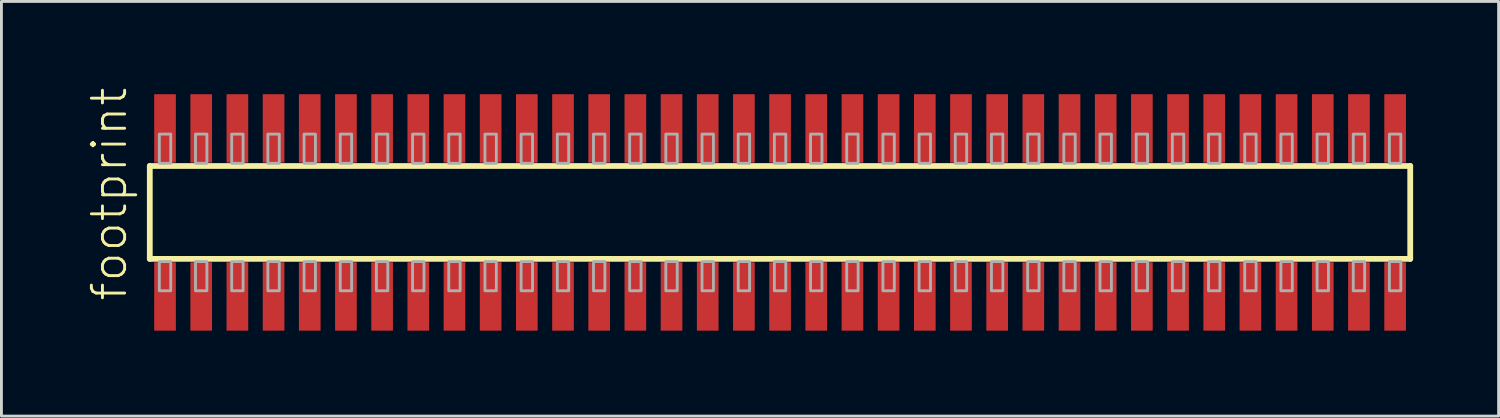
<source format=kicad_pcb>
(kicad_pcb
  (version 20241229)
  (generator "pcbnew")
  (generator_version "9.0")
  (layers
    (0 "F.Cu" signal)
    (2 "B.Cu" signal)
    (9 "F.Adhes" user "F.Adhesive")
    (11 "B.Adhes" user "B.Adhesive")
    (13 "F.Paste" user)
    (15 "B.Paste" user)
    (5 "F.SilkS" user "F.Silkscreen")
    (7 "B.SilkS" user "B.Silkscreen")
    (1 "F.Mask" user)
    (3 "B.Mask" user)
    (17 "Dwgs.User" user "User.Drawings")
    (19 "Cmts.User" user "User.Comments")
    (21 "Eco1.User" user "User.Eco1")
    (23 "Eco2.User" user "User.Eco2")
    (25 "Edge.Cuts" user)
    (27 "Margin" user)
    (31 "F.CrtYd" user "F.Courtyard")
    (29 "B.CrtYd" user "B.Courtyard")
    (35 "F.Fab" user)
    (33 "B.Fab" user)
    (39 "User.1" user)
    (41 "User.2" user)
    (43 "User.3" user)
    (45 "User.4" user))
  (footprint "footprint"
    (layer "F.Cu")
    (at 24.333 4.407)
    (property "Reference" "footprint" (at -22.86 3.175 90) (layer "F.SilkS") (effects (font (size 1.168 1.168) (thickness 0.102)) (justify left bottom)))
    (fp_line (start -22.125 -1.63) (end 22.12 -1.63) (stroke (width 0.203) (type solid)) (layer "F.SilkS"))
    (fp_line (start -22.125 1.63) (end -22.125 -1.63) (stroke (width 0.203) (type solid)) (layer "F.SilkS"))
    (fp_line (start 22.12 -1.63) (end 22.12 1.63) (stroke (width 0.203) (type solid)) (layer "F.SilkS"))
    (fp_line (start 22.12 1.63) (end -22.125 1.63) (stroke (width 0.203) (type solid)) (layer "F.SilkS"))
    (fp_poly (pts (xy -21.79 -1.725) (xy -21.39 -1.725) (xy -21.39 -2.75) (xy -21.79 -2.75)) (stroke (width 0.1) (type solid)) (fill no) (layer "F.Fab"))
    (fp_poly (pts (xy -21.39 1.725) (xy -21.79 1.725) (xy -21.79 2.75) (xy -21.39 2.75)) (stroke (width 0.1) (type solid)) (fill no) (layer "F.Fab"))
    (fp_poly (pts (xy -20.52 -1.725) (xy -20.12 -1.725) (xy -20.12 -2.75) (xy -20.52 -2.75)) (stroke (width 0.1) (type solid)) (fill no) (layer "F.Fab"))
    (fp_poly (pts (xy -20.12 1.725) (xy -20.52 1.725) (xy -20.52 2.75) (xy -20.12 2.75)) (stroke (width 0.1) (type solid)) (fill no) (layer "F.Fab"))
    (fp_poly (pts (xy -19.25 -1.725) (xy -18.85 -1.725) (xy -18.85 -2.75) (xy -19.25 -2.75)) (stroke (width 0.1) (type solid)) (fill no) (layer "F.Fab"))
    (fp_poly (pts (xy -18.85 1.725) (xy -19.25 1.725) (xy -19.25 2.75) (xy -18.85 2.75)) (stroke (width 0.1) (type solid)) (fill no) (layer "F.Fab"))
    (fp_poly (pts (xy -17.98 -1.725) (xy -17.58 -1.725) (xy -17.58 -2.75) (xy -17.98 -2.75)) (stroke (width 0.1) (type solid)) (fill no) (layer "F.Fab"))
    (fp_poly (pts (xy -17.58 1.725) (xy -17.98 1.725) (xy -17.98 2.75) (xy -17.58 2.75)) (stroke (width 0.1) (type solid)) (fill no) (layer "F.Fab"))
    (fp_poly (pts (xy -16.71 -1.725) (xy -16.31 -1.725) (xy -16.31 -2.75) (xy -16.71 -2.75)) (stroke (width 0.1) (type solid)) (fill no) (layer "F.Fab"))
    (fp_poly (pts (xy -16.31 1.725) (xy -16.71 1.725) (xy -16.71 2.75) (xy -16.31 2.75)) (stroke (width 0.1) (type solid)) (fill no) (layer "F.Fab"))
    (fp_poly (pts (xy -15.44 -1.725) (xy -15.04 -1.725) (xy -15.04 -2.75) (xy -15.44 -2.75)) (stroke (width 0.1) (type solid)) (fill no) (layer "F.Fab"))
    (fp_poly (pts (xy -15.04 1.725) (xy -15.44 1.725) (xy -15.44 2.75) (xy -15.04 2.75)) (stroke (width 0.1) (type solid)) (fill no) (layer "F.Fab"))
    (fp_poly (pts (xy -14.17 -1.725) (xy -13.77 -1.725) (xy -13.77 -2.75) (xy -14.17 -2.75)) (stroke (width 0.1) (type solid)) (fill no) (layer "F.Fab"))
    (fp_poly (pts (xy -13.77 1.725) (xy -14.17 1.725) (xy -14.17 2.75) (xy -13.77 2.75)) (stroke (width 0.1) (type solid)) (fill no) (layer "F.Fab"))
    (fp_poly (pts (xy -12.9 -1.725) (xy -12.5 -1.725) (xy -12.5 -2.75) (xy -12.9 -2.75)) (stroke (width 0.1) (type solid)) (fill no) (layer "F.Fab"))
    (fp_poly (pts (xy -12.5 1.725) (xy -12.9 1.725) (xy -12.9 2.75) (xy -12.5 2.75)) (stroke (width 0.1) (type solid)) (fill no) (layer "F.Fab"))
    (fp_poly (pts (xy -11.63 -1.725) (xy -11.23 -1.725) (xy -11.23 -2.75) (xy -11.63 -2.75)) (stroke (width 0.1) (type solid)) (fill no) (layer "F.Fab"))
    (fp_poly (pts (xy -11.23 1.725) (xy -11.63 1.725) (xy -11.63 2.75) (xy -11.23 2.75)) (stroke (width 0.1) (type solid)) (fill no) (layer "F.Fab"))
    (fp_poly (pts (xy -10.36 -1.725) (xy -9.96 -1.725) (xy -9.96 -2.75) (xy -10.36 -2.75)) (stroke (width 0.1) (type solid)) (fill no) (layer "F.Fab"))
    (fp_poly (pts (xy -9.96 1.725) (xy -10.36 1.725) (xy -10.36 2.75) (xy -9.96 2.75)) (stroke (width 0.1) (type solid)) (fill no) (layer "F.Fab"))
    (fp_poly (pts (xy -9.09 -1.725) (xy -8.69 -1.725) (xy -8.69 -2.75) (xy -9.09 -2.75)) (stroke (width 0.1) (type solid)) (fill no) (layer "F.Fab"))
    (fp_poly (pts (xy -8.69 1.725) (xy -9.09 1.725) (xy -9.09 2.75) (xy -8.69 2.75)) (stroke (width 0.1) (type solid)) (fill no) (layer "F.Fab"))
    (fp_poly (pts (xy -7.82 -1.725) (xy -7.42 -1.725) (xy -7.42 -2.75) (xy -7.82 -2.75)) (stroke (width 0.1) (type solid)) (fill no) (layer "F.Fab"))
    (fp_poly (pts (xy -7.42 1.725) (xy -7.82 1.725) (xy -7.82 2.75) (xy -7.42 2.75)) (stroke (width 0.1) (type solid)) (fill no) (layer "F.Fab"))
    (fp_poly (pts (xy -6.55 -1.725) (xy -6.15 -1.725) (xy -6.15 -2.75) (xy -6.55 -2.75)) (stroke (width 0.1) (type solid)) (fill no) (layer "F.Fab"))
    (fp_poly (pts (xy -6.15 1.725) (xy -6.55 1.725) (xy -6.55 2.75) (xy -6.15 2.75)) (stroke (width 0.1) (type solid)) (fill no) (layer "F.Fab"))
    (fp_poly (pts (xy -5.28 -1.725) (xy -4.88 -1.725) (xy -4.88 -2.75) (xy -5.28 -2.75)) (stroke (width 0.1) (type solid)) (fill no) (layer "F.Fab"))
    (fp_poly (pts (xy -4.88 1.725) (xy -5.28 1.725) (xy -5.28 2.75) (xy -4.88 2.75)) (stroke (width 0.1) (type solid)) (fill no) (layer "F.Fab"))
    (fp_poly (pts (xy -4.01 -1.725) (xy -3.61 -1.725) (xy -3.61 -2.75) (xy -4.01 -2.75)) (stroke (width 0.1) (type solid)) (fill no) (layer "F.Fab"))
    (fp_poly (pts (xy -3.61 1.725) (xy -4.01 1.725) (xy -4.01 2.75) (xy -3.61 2.75)) (stroke (width 0.1) (type solid)) (fill no) (layer "F.Fab"))
    (fp_poly (pts (xy -2.74 -1.725) (xy -2.34 -1.725) (xy -2.34 -2.75) (xy -2.74 -2.75)) (stroke (width 0.1) (type solid)) (fill no) (layer "F.Fab"))
    (fp_poly (pts (xy -2.34 1.725) (xy -2.74 1.725) (xy -2.74 2.75) (xy -2.34 2.75)) (stroke (width 0.1) (type solid)) (fill no) (layer "F.Fab"))
    (fp_poly (pts (xy -1.47 -1.725) (xy -1.07 -1.725) (xy -1.07 -2.75) (xy -1.47 -2.75)) (stroke (width 0.1) (type solid)) (fill no) (layer "F.Fab"))
    (fp_poly (pts (xy -1.07 1.725) (xy -1.47 1.725) (xy -1.47 2.75) (xy -1.07 2.75)) (stroke (width 0.1) (type solid)) (fill no) (layer "F.Fab"))
    (fp_poly (pts (xy -0.2 -1.725) (xy 0.2 -1.725) (xy 0.2 -2.75) (xy -0.2 -2.75)) (stroke (width 0.1) (type solid)) (fill no) (layer "F.Fab"))
    (fp_poly (pts (xy 0.2 1.725) (xy -0.2 1.725) (xy -0.2 2.75) (xy 0.2 2.75)) (stroke (width 0.1) (type solid)) (fill no) (layer "F.Fab"))
    (fp_poly (pts (xy 1.07 -1.725) (xy 1.47 -1.725) (xy 1.47 -2.75) (xy 1.07 -2.75)) (stroke (width 0.1) (type solid)) (fill no) (layer "F.Fab"))
    (fp_poly (pts (xy 1.47 1.725) (xy 1.07 1.725) (xy 1.07 2.75) (xy 1.47 2.75)) (stroke (width 0.1) (type solid)) (fill no) (layer "F.Fab"))
    (fp_poly (pts (xy 2.34 -1.725) (xy 2.74 -1.725) (xy 2.74 -2.75) (xy 2.34 -2.75)) (stroke (width 0.1) (type solid)) (fill no) (layer "F.Fab"))
    (fp_poly (pts (xy 2.74 1.725) (xy 2.34 1.725) (xy 2.34 2.75) (xy 2.74 2.75)) (stroke (width 0.1) (type solid)) (fill no) (layer "F.Fab"))
    (fp_poly (pts (xy 3.61 -1.725) (xy 4.01 -1.725) (xy 4.01 -2.75) (xy 3.61 -2.75)) (stroke (width 0.1) (type solid)) (fill no) (layer "F.Fab"))
    (fp_poly (pts (xy 4.01 1.725) (xy 3.61 1.725) (xy 3.61 2.75) (xy 4.01 2.75)) (stroke (width 0.1) (type solid)) (fill no) (layer "F.Fab"))
    (fp_poly (pts (xy 4.88 -1.725) (xy 5.28 -1.725) (xy 5.28 -2.75) (xy 4.88 -2.75)) (stroke (width 0.1) (type solid)) (fill no) (layer "F.Fab"))
    (fp_poly (pts (xy 5.28 1.725) (xy 4.88 1.725) (xy 4.88 2.75) (xy 5.28 2.75)) (stroke (width 0.1) (type solid)) (fill no) (layer "F.Fab"))
    (fp_poly (pts (xy 6.15 -1.725) (xy 6.55 -1.725) (xy 6.55 -2.75) (xy 6.15 -2.75)) (stroke (width 0.1) (type solid)) (fill no) (layer "F.Fab"))
    (fp_poly (pts (xy 6.55 1.725) (xy 6.15 1.725) (xy 6.15 2.75) (xy 6.55 2.75)) (stroke (width 0.1) (type solid)) (fill no) (layer "F.Fab"))
    (fp_poly (pts (xy 7.42 -1.725) (xy 7.82 -1.725) (xy 7.82 -2.75) (xy 7.42 -2.75)) (stroke (width 0.1) (type solid)) (fill no) (layer "F.Fab"))
    (fp_poly (pts (xy 7.82 1.725) (xy 7.42 1.725) (xy 7.42 2.75) (xy 7.82 2.75)) (stroke (width 0.1) (type solid)) (fill no) (layer "F.Fab"))
    (fp_poly (pts (xy 8.69 -1.725) (xy 9.09 -1.725) (xy 9.09 -2.75) (xy 8.69 -2.75)) (stroke (width 0.1) (type solid)) (fill no) (layer "F.Fab"))
    (fp_poly (pts (xy 9.09 1.725) (xy 8.69 1.725) (xy 8.69 2.75) (xy 9.09 2.75)) (stroke (width 0.1) (type solid)) (fill no) (layer "F.Fab"))
    (fp_poly (pts (xy 9.96 -1.725) (xy 10.36 -1.725) (xy 10.36 -2.75) (xy 9.96 -2.75)) (stroke (width 0.1) (type solid)) (fill no) (layer "F.Fab"))
    (fp_poly (pts (xy 10.36 1.725) (xy 9.96 1.725) (xy 9.96 2.75) (xy 10.36 2.75)) (stroke (width 0.1) (type solid)) (fill no) (layer "F.Fab"))
    (fp_poly (pts (xy 11.23 -1.725) (xy 11.63 -1.725) (xy 11.63 -2.75) (xy 11.23 -2.75)) (stroke (width 0.1) (type solid)) (fill no) (layer "F.Fab"))
    (fp_poly (pts (xy 11.63 1.725) (xy 11.23 1.725) (xy 11.23 2.75) (xy 11.63 2.75)) (stroke (width 0.1) (type solid)) (fill no) (layer "F.Fab"))
    (fp_poly (pts (xy 12.5 -1.725) (xy 12.9 -1.725) (xy 12.9 -2.75) (xy 12.5 -2.75)) (stroke (width 0.1) (type solid)) (fill no) (layer "F.Fab"))
    (fp_poly (pts (xy 12.9 1.725) (xy 12.5 1.725) (xy 12.5 2.75) (xy 12.9 2.75)) (stroke (width 0.1) (type solid)) (fill no) (layer "F.Fab"))
    (fp_poly (pts (xy 13.77 -1.725) (xy 14.17 -1.725) (xy 14.17 -2.75) (xy 13.77 -2.75)) (stroke (width 0.1) (type solid)) (fill no) (layer "F.Fab"))
    (fp_poly (pts (xy 14.17 1.725) (xy 13.77 1.725) (xy 13.77 2.75) (xy 14.17 2.75)) (stroke (width 0.1) (type solid)) (fill no) (layer "F.Fab"))
    (fp_poly (pts (xy 15.04 -1.725) (xy 15.44 -1.725) (xy 15.44 -2.75) (xy 15.04 -2.75)) (stroke (width 0.1) (type solid)) (fill no) (layer "F.Fab"))
    (fp_poly (pts (xy 15.44 1.725) (xy 15.04 1.725) (xy 15.04 2.75) (xy 15.44 2.75)) (stroke (width 0.1) (type solid)) (fill no) (layer "F.Fab"))
    (fp_poly (pts (xy 16.31 -1.725) (xy 16.71 -1.725) (xy 16.71 -2.75) (xy 16.31 -2.75)) (stroke (width 0.1) (type solid)) (fill no) (layer "F.Fab"))
    (fp_poly (pts (xy 16.71 1.725) (xy 16.31 1.725) (xy 16.31 2.75) (xy 16.71 2.75)) (stroke (width 0.1) (type solid)) (fill no) (layer "F.Fab"))
    (fp_poly (pts (xy 17.58 -1.725) (xy 17.98 -1.725) (xy 17.98 -2.75) (xy 17.58 -2.75)) (stroke (width 0.1) (type solid)) (fill no) (layer "F.Fab"))
    (fp_poly (pts (xy 17.98 1.725) (xy 17.58 1.725) (xy 17.58 2.75) (xy 17.98 2.75)) (stroke (width 0.1) (type solid)) (fill no) (layer "F.Fab"))
    (fp_poly (pts (xy 18.85 -1.725) (xy 19.25 -1.725) (xy 19.25 -2.75) (xy 18.85 -2.75)) (stroke (width 0.1) (type solid)) (fill no) (layer "F.Fab"))
    (fp_poly (pts (xy 19.25 1.725) (xy 18.85 1.725) (xy 18.85 2.75) (xy 19.25 2.75)) (stroke (width 0.1) (type solid)) (fill no) (layer "F.Fab"))
    (fp_poly (pts (xy 20.12 -1.725) (xy 20.52 -1.725) (xy 20.52 -2.75) (xy 20.12 -2.75)) (stroke (width 0.1) (type solid)) (fill no) (layer "F.Fab"))
    (fp_poly (pts (xy 20.52 1.725) (xy 20.12 1.725) (xy 20.12 2.75) (xy 20.52 2.75)) (stroke (width 0.1) (type solid)) (fill no) (layer "F.Fab"))
    (fp_poly (pts (xy 21.39 -1.725) (xy 21.79 -1.725) (xy 21.79 -2.75) (xy 21.39 -2.75)) (stroke (width 0.1) (type solid)) (fill no) (layer "F.Fab"))
    (fp_poly (pts (xy 21.79 1.725) (xy 21.39 1.725) (xy 21.39 2.75) (xy 21.79 2.75)) (stroke (width 0.1) (type solid)) (fill no) (layer "F.Fab"))
    (pad "1" smd rect (at -21.59 2.95) (size 0.76 2.4) (layers "F.Cu" "F.Mask" "F.Paste"))
    (pad "2" smd rect (at -21.59 -2.95) (size 0.76 2.4) (layers "F.Cu" "F.Mask" "F.Paste"))
    (pad "3" smd rect (at -20.32 2.95) (size 0.76 2.4) (layers "F.Cu" "F.Mask" "F.Paste"))
    (pad "4" smd rect (at -20.32 -2.95) (size 0.76 2.4) (layers "F.Cu" "F.Mask" "F.Paste"))
    (pad "5" smd rect (at -19.05 2.95) (size 0.76 2.4) (layers "F.Cu" "F.Mask" "F.Paste"))
    (pad "6" smd rect (at -19.05 -2.95) (size 0.76 2.4) (layers "F.Cu" "F.Mask" "F.Paste"))
    (pad "7" smd rect (at -17.78 2.95) (size 0.76 2.4) (layers "F.Cu" "F.Mask" "F.Paste"))
    (pad "8" smd rect (at -17.78 -2.95) (size 0.76 2.4) (layers "F.Cu" "F.Mask" "F.Paste"))
    (pad "9" smd rect (at -16.51 2.95) (size 0.76 2.4) (layers "F.Cu" "F.Mask" "F.Paste"))
    (pad "10" smd rect (at -16.51 -2.95) (size 0.76 2.4) (layers "F.Cu" "F.Mask" "F.Paste"))
    (pad "11" smd rect (at -15.24 2.95) (size 0.76 2.4) (layers "F.Cu" "F.Mask" "F.Paste"))
    (pad "12" smd rect (at -15.24 -2.95) (size 0.76 2.4) (layers "F.Cu" "F.Mask" "F.Paste"))
    (pad "13" smd rect (at -13.97 2.95) (size 0.76 2.4) (layers "F.Cu" "F.Mask" "F.Paste"))
    (pad "14" smd rect (at -13.97 -2.95) (size 0.76 2.4) (layers "F.Cu" "F.Mask" "F.Paste"))
    (pad "15" smd rect (at -12.7 2.95) (size 0.76 2.4) (layers "F.Cu" "F.Mask" "F.Paste"))
    (pad "16" smd rect (at -12.7 -2.95) (size 0.76 2.4) (layers "F.Cu" "F.Mask" "F.Paste"))
    (pad "17" smd rect (at -11.43 2.95) (size 0.76 2.4) (layers "F.Cu" "F.Mask" "F.Paste"))
    (pad "18" smd rect (at -11.43 -2.95) (size 0.76 2.4) (layers "F.Cu" "F.Mask" "F.Paste"))
    (pad "19" smd rect (at -10.16 2.95) (size 0.76 2.4) (layers "F.Cu" "F.Mask" "F.Paste"))
    (pad "20" smd rect (at -10.16 -2.95) (size 0.76 2.4) (layers "F.Cu" "F.Mask" "F.Paste"))
    (pad "21" smd rect (at -8.89 2.95) (size 0.76 2.4) (layers "F.Cu" "F.Mask" "F.Paste"))
    (pad "22" smd rect (at -8.89 -2.95) (size 0.76 2.4) (layers "F.Cu" "F.Mask" "F.Paste"))
    (pad "23" smd rect (at -7.62 2.95) (size 0.76 2.4) (layers "F.Cu" "F.Mask" "F.Paste"))
    (pad "24" smd rect (at -7.62 -2.95) (size 0.76 2.4) (layers "F.Cu" "F.Mask" "F.Paste"))
    (pad "25" smd rect (at -6.35 2.95) (size 0.76 2.4) (layers "F.Cu" "F.Mask" "F.Paste"))
    (pad "26" smd rect (at -6.35 -2.95) (size 0.76 2.4) (layers "F.Cu" "F.Mask" "F.Paste"))
    (pad "27" smd rect (at -5.08 2.95) (size 0.76 2.4) (layers "F.Cu" "F.Mask" "F.Paste"))
    (pad "28" smd rect (at -5.08 -2.95) (size 0.76 2.4) (layers "F.Cu" "F.Mask" "F.Paste"))
    (pad "29" smd rect (at -3.81 2.95) (size 0.76 2.4) (layers "F.Cu" "F.Mask" "F.Paste"))
    (pad "30" smd rect (at -3.81 -2.95) (size 0.76 2.4) (layers "F.Cu" "F.Mask" "F.Paste"))
    (pad "31" smd rect (at -2.54 2.95) (size 0.76 2.4) (layers "F.Cu" "F.Mask" "F.Paste"))
    (pad "32" smd rect (at -2.54 -2.95) (size 0.76 2.4) (layers "F.Cu" "F.Mask" "F.Paste"))
    (pad "33" smd rect (at -1.27 2.95) (size 0.76 2.4) (layers "F.Cu" "F.Mask" "F.Paste"))
    (pad "34" smd rect (at -1.27 -2.95) (size 0.76 2.4) (layers "F.Cu" "F.Mask" "F.Paste"))
    (pad "35" smd rect (at 0 2.95) (size 0.76 2.4) (layers "F.Cu" "F.Mask" "F.Paste"))
    (pad "36" smd rect (at 0 -2.95) (size 0.76 2.4) (layers "F.Cu" "F.Mask" "F.Paste"))
    (pad "37" smd rect (at 1.27 2.95) (size 0.76 2.4) (layers "F.Cu" "F.Mask" "F.Paste"))
    (pad "38" smd rect (at 1.27 -2.95) (size 0.76 2.4) (layers "F.Cu" "F.Mask" "F.Paste"))
    (pad "39" smd rect (at 2.54 2.95) (size 0.76 2.4) (layers "F.Cu" "F.Mask" "F.Paste"))
    (pad "40" smd rect (at 2.54 -2.95) (size 0.76 2.4) (layers "F.Cu" "F.Mask" "F.Paste"))
    (pad "41" smd rect (at 3.81 2.95) (size 0.76 2.4) (layers "F.Cu" "F.Mask" "F.Paste"))
    (pad "42" smd rect (at 3.81 -2.95) (size 0.76 2.4) (layers "F.Cu" "F.Mask" "F.Paste"))
    (pad "43" smd rect (at 5.08 2.95) (size 0.76 2.4) (layers "F.Cu" "F.Mask" "F.Paste"))
    (pad "44" smd rect (at 5.08 -2.95) (size 0.76 2.4) (layers "F.Cu" "F.Mask" "F.Paste"))
    (pad "45" smd rect (at 6.35 2.95) (size 0.76 2.4) (layers "F.Cu" "F.Mask" "F.Paste"))
    (pad "46" smd rect (at 6.35 -2.95) (size 0.76 2.4) (layers "F.Cu" "F.Mask" "F.Paste"))
    (pad "47" smd rect (at 7.62 2.95) (size 0.76 2.4) (layers "F.Cu" "F.Mask" "F.Paste"))
    (pad "48" smd rect (at 7.62 -2.95) (size 0.76 2.4) (layers "F.Cu" "F.Mask" "F.Paste"))
    (pad "49" smd rect (at 8.89 2.95) (size 0.76 2.4) (layers "F.Cu" "F.Mask" "F.Paste"))
    (pad "50" smd rect (at 8.89 -2.95) (size 0.76 2.4) (layers "F.Cu" "F.Mask" "F.Paste"))
    (pad "51" smd rect (at 10.16 2.95) (size 0.76 2.4) (layers "F.Cu" "F.Mask" "F.Paste"))
    (pad "52" smd rect (at 10.16 -2.95) (size 0.76 2.4) (layers "F.Cu" "F.Mask" "F.Paste"))
    (pad "53" smd rect (at 11.43 2.95) (size 0.76 2.4) (layers "F.Cu" "F.Mask" "F.Paste"))
    (pad "54" smd rect (at 11.43 -2.95) (size 0.76 2.4) (layers "F.Cu" "F.Mask" "F.Paste"))
    (pad "55" smd rect (at 12.7 2.95) (size 0.76 2.4) (layers "F.Cu" "F.Mask" "F.Paste"))
    (pad "56" smd rect (at 12.7 -2.95) (size 0.76 2.4) (layers "F.Cu" "F.Mask" "F.Paste"))
    (pad "57" smd rect (at 13.97 2.95) (size 0.76 2.4) (layers "F.Cu" "F.Mask" "F.Paste"))
    (pad "58" smd rect (at 13.97 -2.95) (size 0.76 2.4) (layers "F.Cu" "F.Mask" "F.Paste"))
    (pad "59" smd rect (at 15.24 2.95) (size 0.76 2.4) (layers "F.Cu" "F.Mask" "F.Paste"))
    (pad "60" smd rect (at 15.24 -2.95) (size 0.76 2.4) (layers "F.Cu" "F.Mask" "F.Paste"))
    (pad "61" smd rect (at 16.51 2.95) (size 0.76 2.4) (layers "F.Cu" "F.Mask" "F.Paste"))
    (pad "62" smd rect (at 16.51 -2.95) (size 0.76 2.4) (layers "F.Cu" "F.Mask" "F.Paste"))
    (pad "63" smd rect (at 17.78 2.95) (size 0.76 2.4) (layers "F.Cu" "F.Mask" "F.Paste"))
    (pad "64" smd rect (at 17.78 -2.95) (size 0.76 2.4) (layers "F.Cu" "F.Mask" "F.Paste"))
    (pad "65" smd rect (at 19.05 2.95) (size 0.76 2.4) (layers "F.Cu" "F.Mask" "F.Paste"))
    (pad "66" smd rect (at 19.05 -2.95) (size 0.76 2.4) (layers "F.Cu" "F.Mask" "F.Paste"))
    (pad "67" smd rect (at 20.32 2.95) (size 0.76 2.4) (layers "F.Cu" "F.Mask" "F.Paste"))
    (pad "68" smd rect (at 20.32 -2.95) (size 0.76 2.4) (layers "F.Cu" "F.Mask" "F.Paste"))
    (pad "69" smd rect (at 21.59 2.95) (size 0.76 2.4) (layers "F.Cu" "F.Mask" "F.Paste"))
    (pad "70" smd rect (at 21.59 -2.95) (size 0.76 2.4) (layers "F.Cu" "F.Mask" "F.Paste")))
  (gr_rect
    (start -3 -3)
    (end 49.555 11.557)
    (stroke (width 0.1) (type default))
    (fill no)
    (layer "Edge.Cuts")))
</source>
